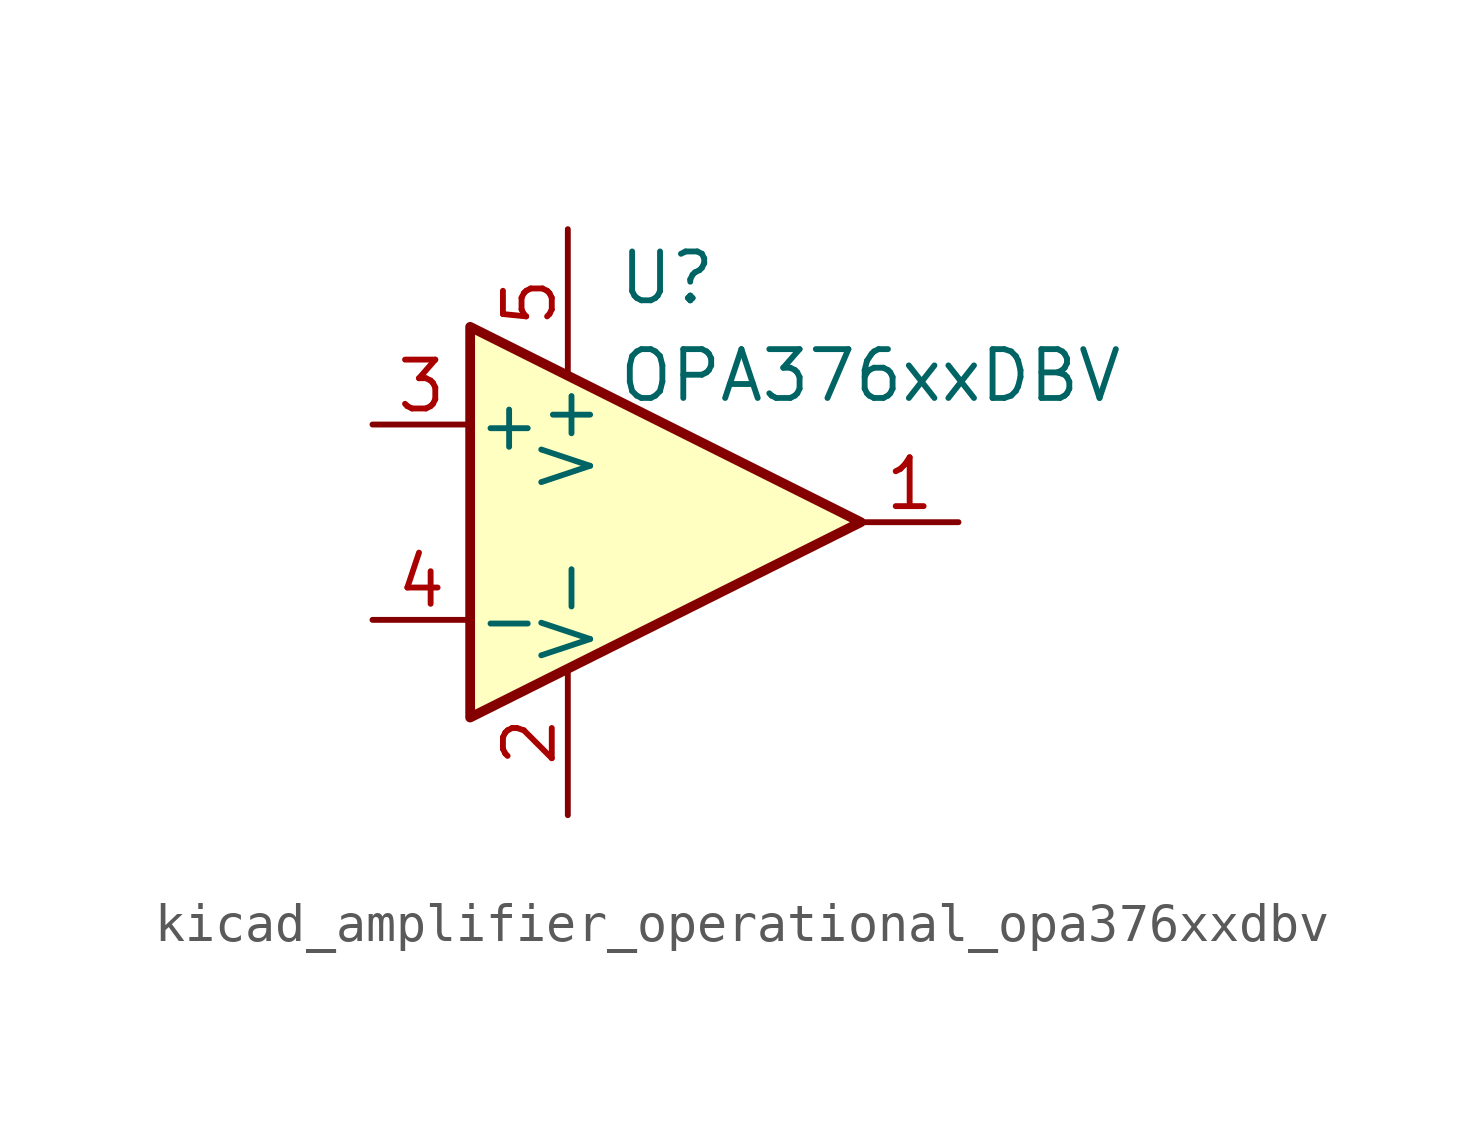
<source format=kicad_sym>
(kicad_symbol_lib
  (version 20220914)
  (generator kicad_symbol_editor)
  (symbol "kicad_amplifier_operational_opa376xxdbv"
    (pin_names
      (offset 0.127))
    (property "Reference" "U"
      (at -1.27 6.35 0)
      (effects (font (size 1.27 1.27)) (justify left)))
    (property "Value" "OPA376xxDBV"
      (at -1.27 3.81 0)
      (effects (font (size 1.27 1.27)) (justify left)))
    (symbol "kicad_amplifier_operational_opa376xxdbv_0_1"
      (polyline (pts (xy -5.08 5.08) (xy 5.08 0) (xy -5.08 -5.08) (xy -5.08 5.08)) (stroke (width 0.254) (type default)) (fill (type background)))
      (pin power_in line (at -2.54 -7.62 90) (length 3.81) (name "V-" (effects (font (size 1.27 1.27)))) (number "2" (effects (font (size 1.27 1.27)))))
      (pin power_in line (at -2.54 7.62 270) (length 3.81) (name "V+" (effects (font (size 1.27 1.27)))) (number "5" (effects (font (size 1.27 1.27))))))
    (symbol "kicad_amplifier_operational_opa376xxdbv_1_1"
      (pin output line (at 7.62 0 180) (length 2.54) (name "~" (effects (font (size 1.27 1.27)))) (number "1" (effects (font (size 1.27 1.27)))))
      (pin input line (at -7.62 2.54 0) (length 2.54) (name "+" (effects (font (size 1.27 1.27)))) (number "3" (effects (font (size 1.27 1.27)))))
      (pin input line (at -7.62 -2.54 0) (length 2.54) (name "-" (effects (font (size 1.27 1.27)))) (number "4" (effects (font (size 1.27 1.27))))))))
</source>
